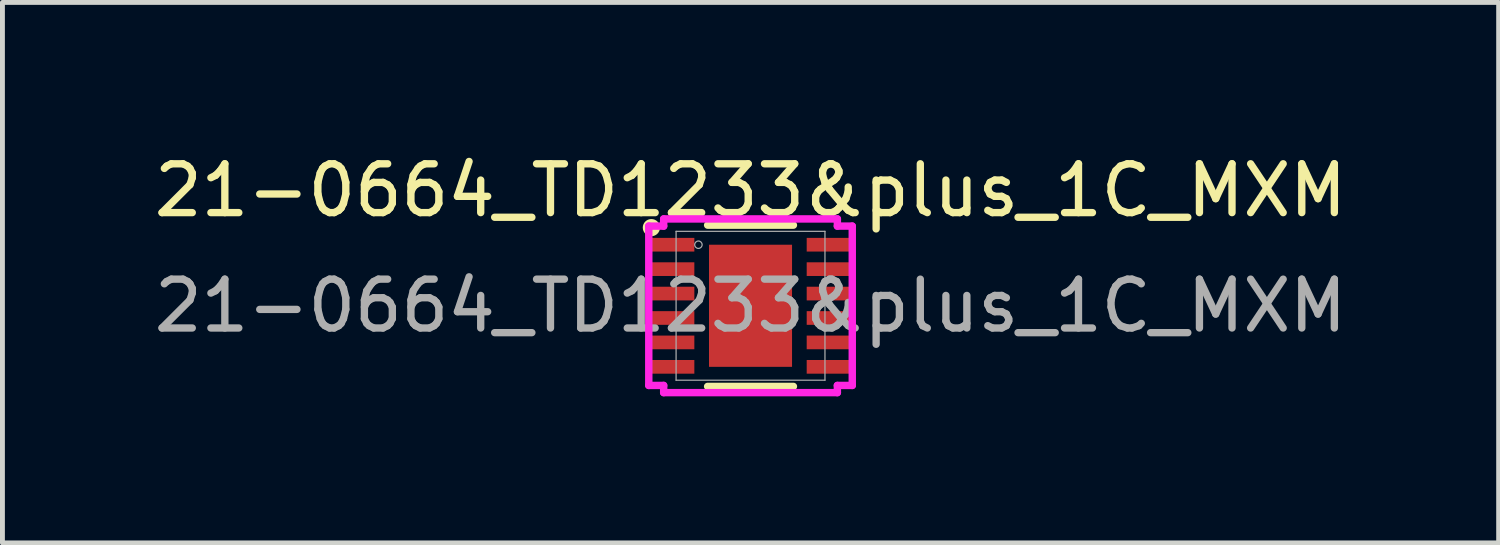
<source format=kicad_pcb>
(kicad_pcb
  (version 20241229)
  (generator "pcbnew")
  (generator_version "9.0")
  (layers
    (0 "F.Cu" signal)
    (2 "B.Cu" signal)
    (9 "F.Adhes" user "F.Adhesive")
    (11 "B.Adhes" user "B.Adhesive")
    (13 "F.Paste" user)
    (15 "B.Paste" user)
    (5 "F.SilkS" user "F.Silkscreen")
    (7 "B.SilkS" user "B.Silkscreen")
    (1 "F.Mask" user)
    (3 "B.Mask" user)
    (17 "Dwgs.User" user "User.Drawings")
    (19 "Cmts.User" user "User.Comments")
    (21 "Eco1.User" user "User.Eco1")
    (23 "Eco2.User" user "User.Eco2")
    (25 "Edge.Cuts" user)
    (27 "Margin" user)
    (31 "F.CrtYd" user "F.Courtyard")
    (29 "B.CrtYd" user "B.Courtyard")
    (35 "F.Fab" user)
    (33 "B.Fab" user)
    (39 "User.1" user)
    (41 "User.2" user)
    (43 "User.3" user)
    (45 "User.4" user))
  (footprint "21-0664_TD1233&plus_1C_MXM"
    (layer "F.Cu")
    (at 12.315 3.21)
    (property "Reference" "21-0664_TD1233&plus_1C_MXM" (at 0 -2.362 0) (unlocked yes) (layer "F.SilkS") (effects (font (size 1 1) (thickness 0.15))))
    (attr smd)
    (fp_line (start -0.878 1.651) (end 0.878 1.651) (stroke (width 0.152) (type solid)) (layer "F.SilkS"))
    (fp_line (start 0.878 -1.651) (end -0.878 -1.651) (stroke (width 0.152) (type solid)) (layer "F.SilkS"))
    (fp_circle (center -2.03 -1.6) (end -1.93 -1.6) (stroke (width 0.152) (type solid)) (fill no) (layer "F.SilkS"))
    (fp_poly (pts (xy -0.802 -1.195) (xy -0.802 -0.1) (xy 0.802 -0.1) (xy 0.802 -1.195)) (stroke (width 0) (type solid)) (fill yes) (layer "F.Paste"))
    (fp_poly (pts (xy -0.802 0.1) (xy -0.802 1.195) (xy 0.802 1.195) (xy 0.802 0.1)) (stroke (width 0) (type solid)) (fill yes) (layer "F.Paste"))
    (fp_line (start -2.083 -1.631) (end -1.778 -1.631) (stroke (width 0.152) (type solid)) (layer "F.CrtYd"))
    (fp_line (start -2.083 1.631) (end -2.083 -1.631) (stroke (width 0.152) (type solid)) (layer "F.CrtYd"))
    (fp_line (start -2.083 1.631) (end -1.778 1.631) (stroke (width 0.152) (type solid)) (layer "F.CrtYd"))
    (fp_line (start -1.778 -1.778) (end 1.778 -1.778) (stroke (width 0.152) (type solid)) (layer "F.CrtYd"))
    (fp_line (start -1.778 -1.631) (end -1.778 -1.778) (stroke (width 0.152) (type solid)) (layer "F.CrtYd"))
    (fp_line (start -1.778 1.778) (end -1.778 1.631) (stroke (width 0.152) (type solid)) (layer "F.CrtYd"))
    (fp_line (start 1.778 -1.778) (end 1.778 -1.631) (stroke (width 0.152) (type solid)) (layer "F.CrtYd"))
    (fp_line (start 1.778 1.631) (end 1.778 1.778) (stroke (width 0.152) (type solid)) (layer "F.CrtYd"))
    (fp_line (start 1.778 1.778) (end -1.778 1.778) (stroke (width 0.152) (type solid)) (layer "F.CrtYd"))
    (fp_line (start 2.083 -1.631) (end 1.778 -1.631) (stroke (width 0.152) (type solid)) (layer "F.CrtYd"))
    (fp_line (start 2.083 -1.631) (end 2.083 1.631) (stroke (width 0.152) (type solid)) (layer "F.CrtYd"))
    (fp_line (start 2.083 1.631) (end 1.778 1.631) (stroke (width 0.152) (type solid)) (layer "F.CrtYd"))
    (fp_line (start -1.524 -1.524) (end -1.524 1.524) (stroke (width 0.025) (type solid)) (layer "F.Fab"))
    (fp_line (start -1.524 1.524) (end 1.524 1.524) (stroke (width 0.025) (type solid)) (layer "F.Fab"))
    (fp_line (start 1.524 -1.524) (end -1.524 -1.524) (stroke (width 0.025) (type solid)) (layer "F.Fab"))
    (fp_line (start 1.524 1.524) (end 1.524 -1.524) (stroke (width 0.025) (type solid)) (layer "F.Fab"))
    (fp_circle (center -1.067 -1.25) (end -0.991 -1.25) (stroke (width 0.025) (type solid)) (fill no) (layer "F.Fab"))
    (fp_text user "${REFERENCE}" (at 0 0 0) (unlocked yes) (layer "F.Fab") (effects (font (size 1 1) (thickness 0.15))))
    (pad "1" smd rect (at -1.6 -1.25) (size 0.9 0.28) (layers "F.Cu" "F.Mask" "F.Paste"))
    (pad "2" smd rect (at -1.6 -0.75) (size 0.9 0.28) (layers "F.Cu" "F.Mask" "F.Paste"))
    (pad "3" smd rect (at -1.6 -0.25) (size 0.9 0.28) (layers "F.Cu" "F.Mask" "F.Paste"))
    (pad "4" smd rect (at -1.6 0.25) (size 0.9 0.28) (layers "F.Cu" "F.Mask" "F.Paste"))
    (pad "5" smd rect (at -1.6 0.75) (size 0.9 0.28) (layers "F.Cu" "F.Mask" "F.Paste"))
    (pad "6" smd rect (at -1.6 1.25) (size 0.9 0.28) (layers "F.Cu" "F.Mask" "F.Paste"))
    (pad "7" smd rect (at 1.6 1.25) (size 0.9 0.28) (layers "F.Cu" "F.Mask" "F.Paste"))
    (pad "8" smd rect (at 1.6 0.75) (size 0.9 0.28) (layers "F.Cu" "F.Mask" "F.Paste"))
    (pad "9" smd rect (at 1.6 0.25) (size 0.9 0.28) (layers "F.Cu" "F.Mask" "F.Paste"))
    (pad "10" smd rect (at 1.6 -0.25) (size 0.9 0.28) (layers "F.Cu" "F.Mask" "F.Paste"))
    (pad "11" smd rect (at 1.6 -0.75) (size 0.9 0.28) (layers "F.Cu" "F.Mask" "F.Paste"))
    (pad "12" smd rect (at 1.6 -1.25) (size 0.9 0.28) (layers "F.Cu" "F.Mask" "F.Paste"))
    (pad "13" smd rect (at 0 0) (size 1.7 2.5) (layers "F.Cu" "F.Mask" "F.Paste")))
  (gr_rect
    (start -3 -3)
    (end 27.631 8.065)
    (stroke (width 0.1) (type default))
    (fill no)
    (layer "Edge.Cuts")))
</source>
